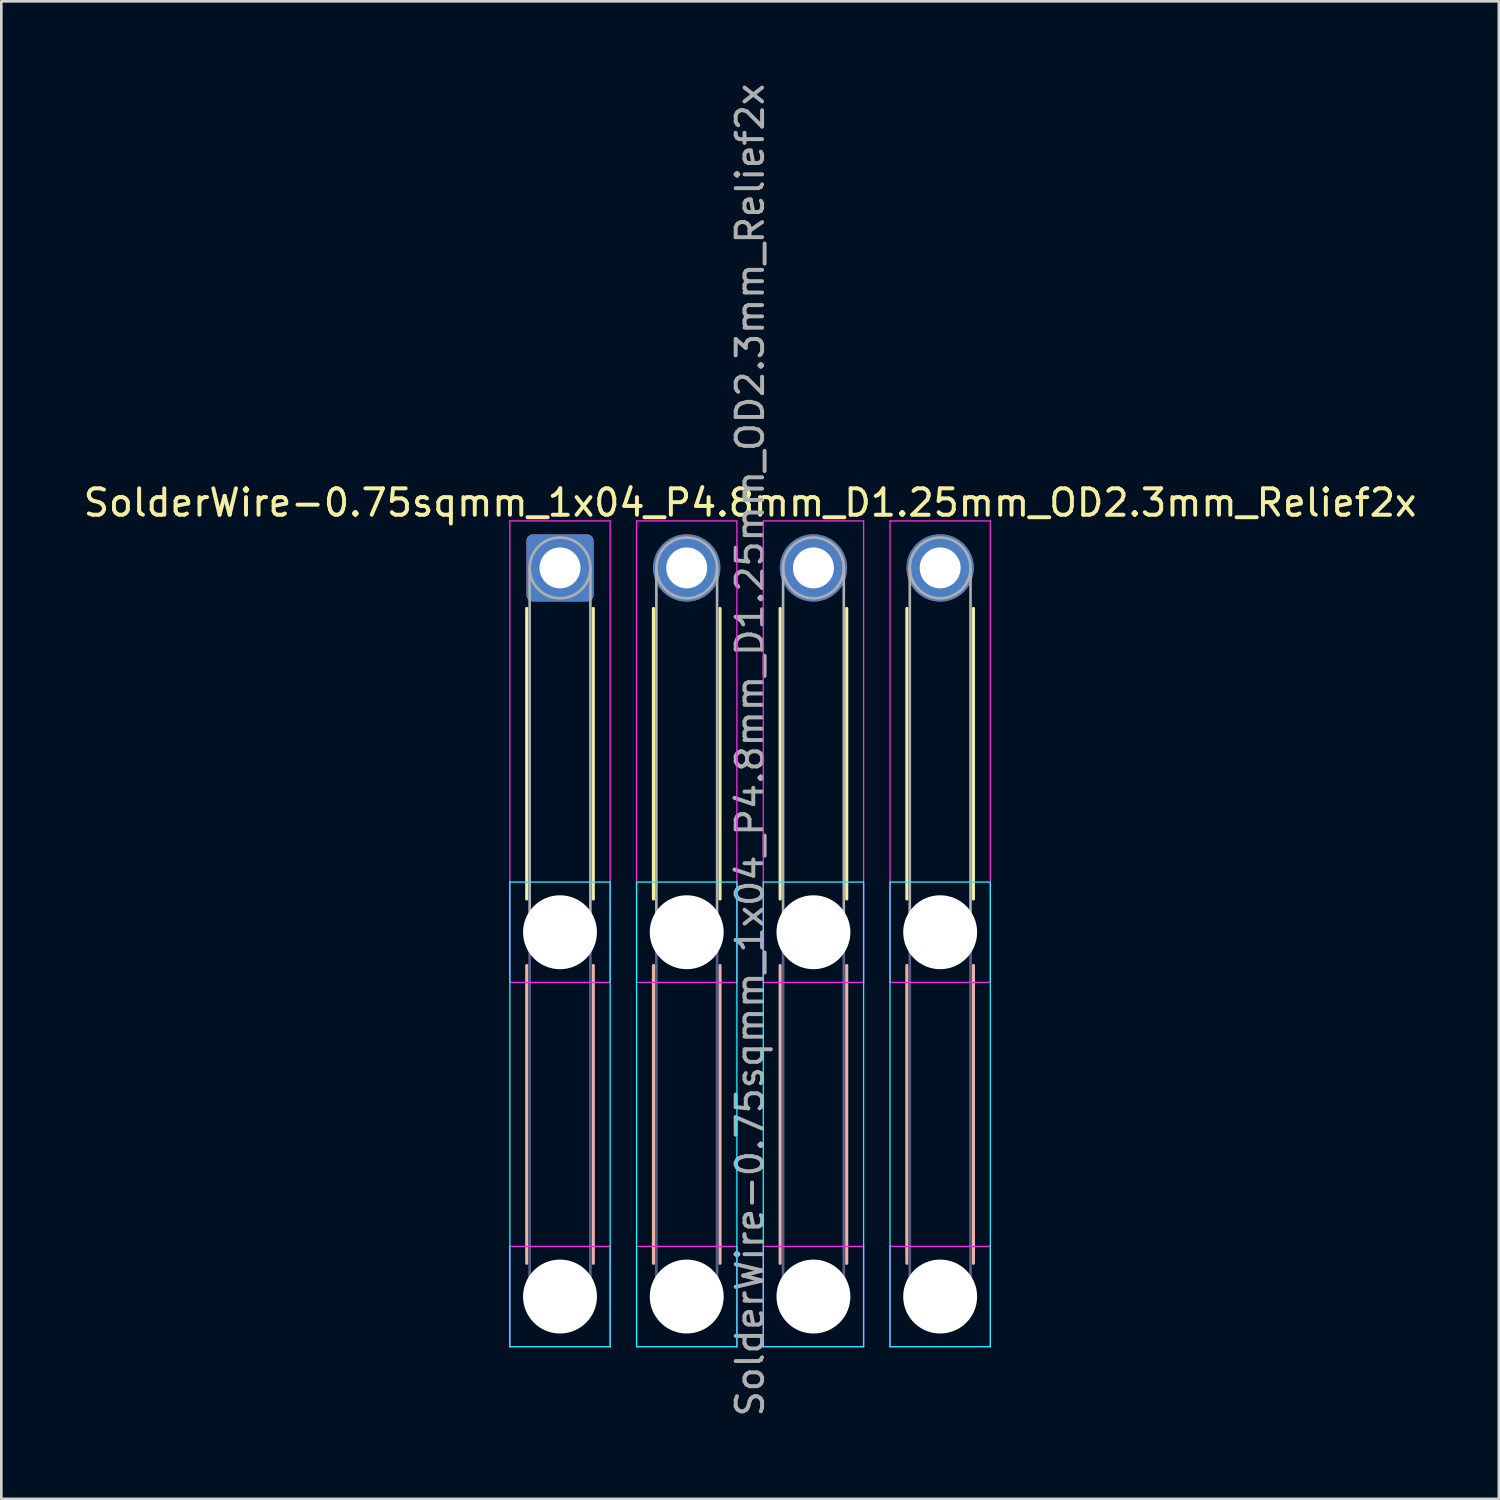
<source format=kicad_pcb>
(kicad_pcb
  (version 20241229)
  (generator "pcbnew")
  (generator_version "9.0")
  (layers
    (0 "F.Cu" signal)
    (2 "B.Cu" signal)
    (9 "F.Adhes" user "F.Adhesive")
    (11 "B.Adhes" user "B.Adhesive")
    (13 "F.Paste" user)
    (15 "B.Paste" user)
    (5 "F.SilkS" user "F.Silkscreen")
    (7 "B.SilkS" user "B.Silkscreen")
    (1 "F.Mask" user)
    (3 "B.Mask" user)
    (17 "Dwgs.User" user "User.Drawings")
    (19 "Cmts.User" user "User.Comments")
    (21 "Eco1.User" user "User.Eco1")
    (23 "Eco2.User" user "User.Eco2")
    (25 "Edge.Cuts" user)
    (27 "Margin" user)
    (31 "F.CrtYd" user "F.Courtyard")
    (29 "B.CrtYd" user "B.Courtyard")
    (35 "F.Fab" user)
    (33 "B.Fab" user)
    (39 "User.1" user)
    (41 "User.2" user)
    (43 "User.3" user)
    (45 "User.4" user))
  (footprint "SolderWire-0.75sqmm_1x04_P4.8mm_D1.25mm_OD2.3mm_Relief2x"
    (layer "F.Cu")
    (at 18.163 18.463)
    (property "Reference" "SolderWire-0.75sqmm_1x04_P4.8mm_D1.25mm_OD2.3mm_Relief2x" (at 7.2 -2.47 0) (layer "F.SilkS") (effects (font (size 1 1) (thickness 0.15))))
    (attr exclude_from_pos_files exclude_from_bom)
    (fp_line (start -1.26 1.535) (end -1.26 12.54) (stroke (width 0.12) (type solid)) (layer "F.SilkS"))
    (fp_line (start 1.26 1.535) (end 1.26 12.54) (stroke (width 0.12) (type solid)) (layer "F.SilkS"))
    (fp_line (start 3.54 1.535) (end 3.54 12.54) (stroke (width 0.12) (type solid)) (layer "F.SilkS"))
    (fp_line (start 6.06 1.535) (end 6.06 12.54) (stroke (width 0.12) (type solid)) (layer "F.SilkS"))
    (fp_line (start 8.34 1.535) (end 8.34 12.54) (stroke (width 0.12) (type solid)) (layer "F.SilkS"))
    (fp_line (start 10.86 1.535) (end 10.86 12.54) (stroke (width 0.12) (type solid)) (layer "F.SilkS"))
    (fp_line (start 13.14 1.535) (end 13.14 12.54) (stroke (width 0.12) (type solid)) (layer "F.SilkS"))
    (fp_line (start 15.66 1.535) (end 15.66 12.54) (stroke (width 0.12) (type solid)) (layer "F.SilkS"))
    (fp_line (start -1.26 15.06) (end -1.26 26.34) (stroke (width 0.12) (type solid)) (layer "B.SilkS"))
    (fp_line (start 1.26 15.06) (end 1.26 26.34) (stroke (width 0.12) (type solid)) (layer "B.SilkS"))
    (fp_line (start 3.54 15.06) (end 3.54 26.34) (stroke (width 0.12) (type solid)) (layer "B.SilkS"))
    (fp_line (start 6.06 15.06) (end 6.06 26.34) (stroke (width 0.12) (type solid)) (layer "B.SilkS"))
    (fp_line (start 8.34 15.06) (end 8.34 26.34) (stroke (width 0.12) (type solid)) (layer "B.SilkS"))
    (fp_line (start 10.86 15.06) (end 10.86 26.34) (stroke (width 0.12) (type solid)) (layer "B.SilkS"))
    (fp_line (start 13.14 15.06) (end 13.14 26.34) (stroke (width 0.12) (type solid)) (layer "B.SilkS"))
    (fp_line (start 15.66 15.06) (end 15.66 26.34) (stroke (width 0.12) (type solid)) (layer "B.SilkS"))
    (fp_line (start -1.9 11.9) (end -1.9 29.5) (stroke (width 0.05) (type solid)) (layer "B.CrtYd"))
    (fp_line (start -1.9 29.5) (end 1.9 29.5) (stroke (width 0.05) (type solid)) (layer "B.CrtYd"))
    (fp_line (start 1.9 11.9) (end -1.9 11.9) (stroke (width 0.05) (type solid)) (layer "B.CrtYd"))
    (fp_line (start 1.9 29.5) (end 1.9 11.9) (stroke (width 0.05) (type solid)) (layer "B.CrtYd"))
    (fp_line (start 2.9 11.9) (end 2.9 29.5) (stroke (width 0.05) (type solid)) (layer "B.CrtYd"))
    (fp_line (start 2.9 29.5) (end 6.7 29.5) (stroke (width 0.05) (type solid)) (layer "B.CrtYd"))
    (fp_line (start 6.7 11.9) (end 2.9 11.9) (stroke (width 0.05) (type solid)) (layer "B.CrtYd"))
    (fp_line (start 6.7 29.5) (end 6.7 11.9) (stroke (width 0.05) (type solid)) (layer "B.CrtYd"))
    (fp_line (start 7.7 11.9) (end 7.7 29.5) (stroke (width 0.05) (type solid)) (layer "B.CrtYd"))
    (fp_line (start 7.7 29.5) (end 11.5 29.5) (stroke (width 0.05) (type solid)) (layer "B.CrtYd"))
    (fp_line (start 11.5 11.9) (end 7.7 11.9) (stroke (width 0.05) (type solid)) (layer "B.CrtYd"))
    (fp_line (start 11.5 29.5) (end 11.5 11.9) (stroke (width 0.05) (type solid)) (layer "B.CrtYd"))
    (fp_line (start 12.5 11.9) (end 12.5 29.5) (stroke (width 0.05) (type solid)) (layer "B.CrtYd"))
    (fp_line (start 12.5 29.5) (end 16.3 29.5) (stroke (width 0.05) (type solid)) (layer "B.CrtYd"))
    (fp_line (start 16.3 11.9) (end 12.5 11.9) (stroke (width 0.05) (type solid)) (layer "B.CrtYd"))
    (fp_line (start 16.3 29.5) (end 16.3 11.9) (stroke (width 0.05) (type solid)) (layer "B.CrtYd"))
    (fp_line (start -1.9 -1.78) (end -1.9 15.7) (stroke (width 0.05) (type solid)) (layer "F.CrtYd"))
    (fp_line (start -1.9 15.7) (end 1.9 15.7) (stroke (width 0.05) (type solid)) (layer "F.CrtYd"))
    (fp_line (start -1.9 25.7) (end -1.9 29.5) (stroke (width 0.05) (type solid)) (layer "F.CrtYd"))
    (fp_line (start -1.9 29.5) (end 1.9 29.5) (stroke (width 0.05) (type solid)) (layer "F.CrtYd"))
    (fp_line (start 1.9 -1.78) (end -1.9 -1.78) (stroke (width 0.05) (type solid)) (layer "F.CrtYd"))
    (fp_line (start 1.9 15.7) (end 1.9 -1.78) (stroke (width 0.05) (type solid)) (layer "F.CrtYd"))
    (fp_line (start 1.9 25.7) (end -1.9 25.7) (stroke (width 0.05) (type solid)) (layer "F.CrtYd"))
    (fp_line (start 1.9 29.5) (end 1.9 25.7) (stroke (width 0.05) (type solid)) (layer "F.CrtYd"))
    (fp_line (start 2.9 -1.78) (end 2.9 15.7) (stroke (width 0.05) (type solid)) (layer "F.CrtYd"))
    (fp_line (start 2.9 15.7) (end 6.7 15.7) (stroke (width 0.05) (type solid)) (layer "F.CrtYd"))
    (fp_line (start 2.9 25.7) (end 2.9 29.5) (stroke (width 0.05) (type solid)) (layer "F.CrtYd"))
    (fp_line (start 2.9 29.5) (end 6.7 29.5) (stroke (width 0.05) (type solid)) (layer "F.CrtYd"))
    (fp_line (start 6.7 -1.78) (end 2.9 -1.78) (stroke (width 0.05) (type solid)) (layer "F.CrtYd"))
    (fp_line (start 6.7 15.7) (end 6.7 -1.78) (stroke (width 0.05) (type solid)) (layer "F.CrtYd"))
    (fp_line (start 6.7 25.7) (end 2.9 25.7) (stroke (width 0.05) (type solid)) (layer "F.CrtYd"))
    (fp_line (start 6.7 29.5) (end 6.7 25.7) (stroke (width 0.05) (type solid)) (layer "F.CrtYd"))
    (fp_line (start 7.7 -1.78) (end 7.7 15.7) (stroke (width 0.05) (type solid)) (layer "F.CrtYd"))
    (fp_line (start 7.7 15.7) (end 11.5 15.7) (stroke (width 0.05) (type solid)) (layer "F.CrtYd"))
    (fp_line (start 7.7 25.7) (end 7.7 29.5) (stroke (width 0.05) (type solid)) (layer "F.CrtYd"))
    (fp_line (start 7.7 29.5) (end 11.5 29.5) (stroke (width 0.05) (type solid)) (layer "F.CrtYd"))
    (fp_line (start 11.5 -1.78) (end 7.7 -1.78) (stroke (width 0.05) (type solid)) (layer "F.CrtYd"))
    (fp_line (start 11.5 15.7) (end 11.5 -1.78) (stroke (width 0.05) (type solid)) (layer "F.CrtYd"))
    (fp_line (start 11.5 25.7) (end 7.7 25.7) (stroke (width 0.05) (type solid)) (layer "F.CrtYd"))
    (fp_line (start 11.5 29.5) (end 11.5 25.7) (stroke (width 0.05) (type solid)) (layer "F.CrtYd"))
    (fp_line (start 12.5 -1.78) (end 12.5 15.7) (stroke (width 0.05) (type solid)) (layer "F.CrtYd"))
    (fp_line (start 12.5 15.7) (end 16.3 15.7) (stroke (width 0.05) (type solid)) (layer "F.CrtYd"))
    (fp_line (start 12.5 25.7) (end 12.5 29.5) (stroke (width 0.05) (type solid)) (layer "F.CrtYd"))
    (fp_line (start 12.5 29.5) (end 16.3 29.5) (stroke (width 0.05) (type solid)) (layer "F.CrtYd"))
    (fp_line (start 16.3 -1.78) (end 12.5 -1.78) (stroke (width 0.05) (type solid)) (layer "F.CrtYd"))
    (fp_line (start 16.3 15.7) (end 16.3 -1.78) (stroke (width 0.05) (type solid)) (layer "F.CrtYd"))
    (fp_line (start 16.3 25.7) (end 12.5 25.7) (stroke (width 0.05) (type solid)) (layer "F.CrtYd"))
    (fp_line (start 16.3 29.5) (end 16.3 25.7) (stroke (width 0.05) (type solid)) (layer "F.CrtYd"))
    (fp_line (start -1.15 13.8) (end -1.15 27.6) (stroke (width 0.1) (type solid)) (layer "B.Fab"))
    (fp_line (start 1.15 13.8) (end 1.15 27.6) (stroke (width 0.1) (type solid)) (layer "B.Fab"))
    (fp_line (start 3.65 13.8) (end 3.65 27.6) (stroke (width 0.1) (type solid)) (layer "B.Fab"))
    (fp_line (start 5.95 13.8) (end 5.95 27.6) (stroke (width 0.1) (type solid)) (layer "B.Fab"))
    (fp_line (start 8.45 13.8) (end 8.45 27.6) (stroke (width 0.1) (type solid)) (layer "B.Fab"))
    (fp_line (start 10.75 13.8) (end 10.75 27.6) (stroke (width 0.1) (type solid)) (layer "B.Fab"))
    (fp_line (start 13.25 13.8) (end 13.25 27.6) (stroke (width 0.1) (type solid)) (layer "B.Fab"))
    (fp_line (start 15.55 13.8) (end 15.55 27.6) (stroke (width 0.1) (type solid)) (layer "B.Fab"))
    (fp_circle (center 0 13.8) (end 1.15 13.8) (stroke (width 0.1) (type solid)) (fill no) (layer "B.Fab"))
    (fp_circle (center 0 27.6) (end 1.15 27.6) (stroke (width 0.1) (type solid)) (fill no) (layer "B.Fab"))
    (fp_circle (center 4.8 13.8) (end 5.95 13.8) (stroke (width 0.1) (type solid)) (fill no) (layer "B.Fab"))
    (fp_circle (center 4.8 27.6) (end 5.95 27.6) (stroke (width 0.1) (type solid)) (fill no) (layer "B.Fab"))
    (fp_circle (center 9.6 13.8) (end 10.75 13.8) (stroke (width 0.1) (type solid)) (fill no) (layer "B.Fab"))
    (fp_circle (center 9.6 27.6) (end 10.75 27.6) (stroke (width 0.1) (type solid)) (fill no) (layer "B.Fab"))
    (fp_circle (center 14.4 13.8) (end 15.55 13.8) (stroke (width 0.1) (type solid)) (fill no) (layer "B.Fab"))
    (fp_circle (center 14.4 27.6) (end 15.55 27.6) (stroke (width 0.1) (type solid)) (fill no) (layer "B.Fab"))
    (fp_line (start -1.15 0) (end -1.15 13.8) (stroke (width 0.1) (type solid)) (layer "F.Fab"))
    (fp_line (start 1.15 0) (end 1.15 13.8) (stroke (width 0.1) (type solid)) (layer "F.Fab"))
    (fp_line (start 3.65 0) (end 3.65 13.8) (stroke (width 0.1) (type solid)) (layer "F.Fab"))
    (fp_line (start 5.95 0) (end 5.95 13.8) (stroke (width 0.1) (type solid)) (layer "F.Fab"))
    (fp_line (start 8.45 0) (end 8.45 13.8) (stroke (width 0.1) (type solid)) (layer "F.Fab"))
    (fp_line (start 10.75 0) (end 10.75 13.8) (stroke (width 0.1) (type solid)) (layer "F.Fab"))
    (fp_line (start 13.25 0) (end 13.25 13.8) (stroke (width 0.1) (type solid)) (layer "F.Fab"))
    (fp_line (start 15.55 0) (end 15.55 13.8) (stroke (width 0.1) (type solid)) (layer "F.Fab"))
    (fp_circle (center 0 0) (end 1.15 0) (stroke (width 0.1) (type solid)) (fill no) (layer "F.Fab"))
    (fp_circle (center 0 13.8) (end 1.15 13.8) (stroke (width 0.1) (type solid)) (fill no) (layer "F.Fab"))
    (fp_circle (center 0 27.6) (end 1.15 27.6) (stroke (width 0.1) (type solid)) (fill no) (layer "F.Fab"))
    (fp_circle (center 4.8 0) (end 5.95 0) (stroke (width 0.1) (type solid)) (fill no) (layer "F.Fab"))
    (fp_circle (center 4.8 13.8) (end 5.95 13.8) (stroke (width 0.1) (type solid)) (fill no) (layer "F.Fab"))
    (fp_circle (center 4.8 27.6) (end 5.95 27.6) (stroke (width 0.1) (type solid)) (fill no) (layer "F.Fab"))
    (fp_circle (center 9.6 0) (end 10.75 0) (stroke (width 0.1) (type solid)) (fill no) (layer "F.Fab"))
    (fp_circle (center 9.6 13.8) (end 10.75 13.8) (stroke (width 0.1) (type solid)) (fill no) (layer "F.Fab"))
    (fp_circle (center 9.6 27.6) (end 10.75 27.6) (stroke (width 0.1) (type solid)) (fill no) (layer "F.Fab"))
    (fp_circle (center 14.4 0) (end 15.55 0) (stroke (width 0.1) (type solid)) (fill no) (layer "F.Fab"))
    (fp_circle (center 14.4 13.8) (end 15.55 13.8) (stroke (width 0.1) (type solid)) (fill no) (layer "F.Fab"))
    (fp_circle (center 14.4 27.6) (end 15.55 27.6) (stroke (width 0.1) (type solid)) (fill no) (layer "F.Fab"))
    (fp_text user "${REFERENCE}" (at 7.2 6.9 90) (layer "F.Fab") (effects (font (size 1 1) (thickness 0.15))))
    (pad "" np_thru_hole circle (at 0 13.8) (size 2.8 2.8) (drill 2.8) (layers "*.Cu" "*.Mask"))
    (pad "" np_thru_hole circle (at 0 27.6) (size 2.8 2.8) (drill 2.8) (layers "*.Cu" "*.Mask"))
    (pad "" np_thru_hole circle (at 4.8 13.8) (size 2.8 2.8) (drill 2.8) (layers "*.Cu" "*.Mask"))
    (pad "" np_thru_hole circle (at 4.8 27.6) (size 2.8 2.8) (drill 2.8) (layers "*.Cu" "*.Mask"))
    (pad "" np_thru_hole circle (at 9.6 13.8) (size 2.8 2.8) (drill 2.8) (layers "*.Cu" "*.Mask"))
    (pad "" np_thru_hole circle (at 9.6 27.6) (size 2.8 2.8) (drill 2.8) (layers "*.Cu" "*.Mask"))
    (pad "" np_thru_hole circle (at 14.4 13.8) (size 2.8 2.8) (drill 2.8) (layers "*.Cu" "*.Mask"))
    (pad "" np_thru_hole circle (at 14.4 27.6) (size 2.8 2.8) (drill 2.8) (layers "*.Cu" "*.Mask"))
    (pad "1" thru_hole roundrect (at 0 0) (size 2.55 2.55) (drill 1.55) (layers "*.Cu" "*.Mask") (roundrect_rratio 0.098))
    (pad "2" thru_hole circle (at 4.8 0) (size 2.55 2.55) (drill 1.55) (layers "*.Cu" "*.Mask"))
    (pad "3" thru_hole circle (at 9.6 0) (size 2.55 2.55) (drill 1.55) (layers "*.Cu" "*.Mask"))
    (pad "4" thru_hole circle (at 14.4 0) (size 2.55 2.55) (drill 1.55) (layers "*.Cu" "*.Mask")))
  (gr_rect
    (start -3 -3)
    (end 53.726 53.726)
    (stroke (width 0.1) (type default))
    (fill no)
    (layer "Edge.Cuts")))
</source>
